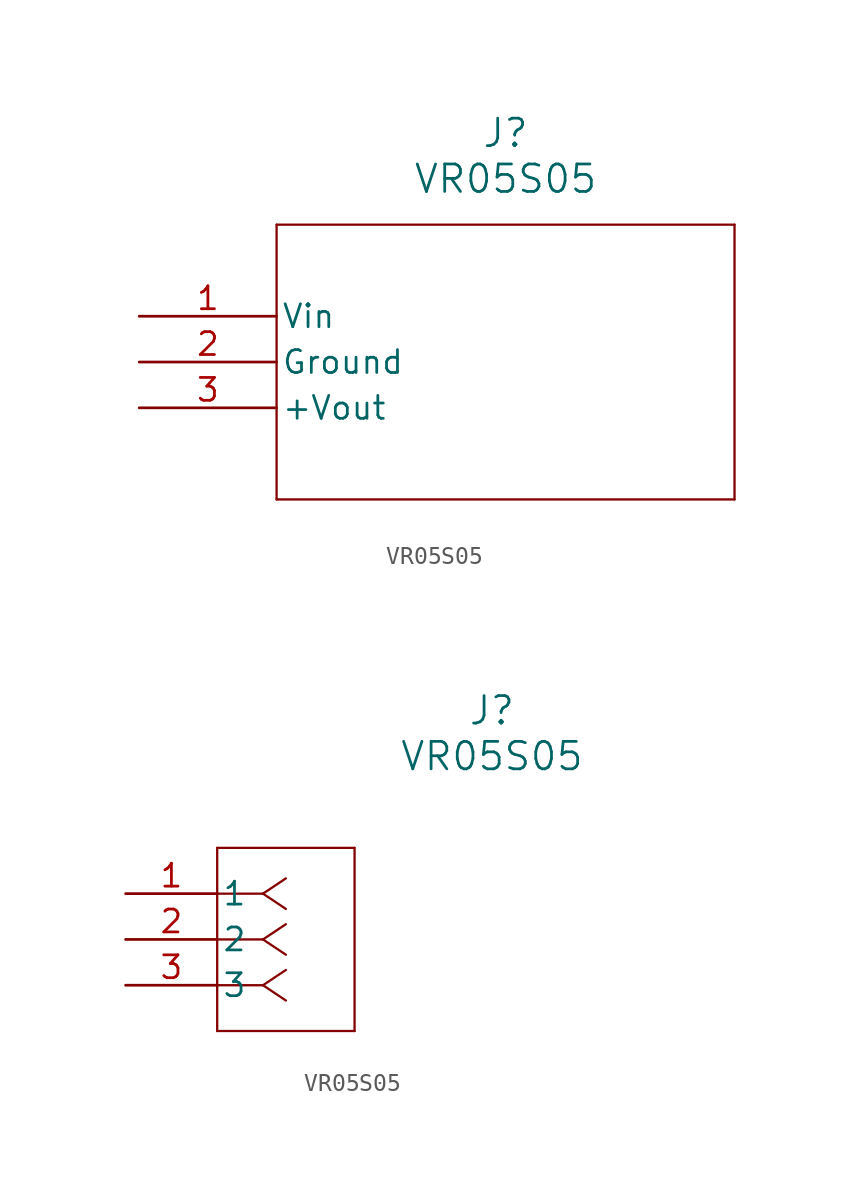
<source format=kicad_sym>
(kicad_symbol_lib
  (version 20211014)
  (generator kicad_symbol_editor)
  (symbol "VR05S05"
    (pin_names
      (offset 0.254))
    (property "Reference" "J"
      (at 20.32 10.16 0)
      (effects (font (size 1.524 1.524))))
    (property "Value" "VR05S05"
      (at 20.32 7.62 0)
      (effects (font (size 1.524 1.524))))
    (symbol "VR05S05_1_1"
      (polyline (pts (xy 7.62 5.08) (xy 7.62 -10.16)) (stroke (width 0.127) (type default) (color 0 0 0 0)) (fill (type none)))
      (polyline (pts (xy 7.62 -10.16) (xy 33.02 -10.16)) (stroke (width 0.127) (type default) (color 0 0 0 0)) (fill (type none)))
      (polyline (pts (xy 33.02 -10.16) (xy 33.02 5.08)) (stroke (width 0.127) (type default) (color 0 0 0 0)) (fill (type none)))
      (polyline (pts (xy 33.02 5.08) (xy 7.62 5.08)) (stroke (width 0.127) (type default) (color 0 0 0 0)) (fill (type none)))
      (pin unspecified line (at 0 0 0) (length 7.62) (name "Vin" (effects (font (size 1.27 1.27)))) (number "1" (effects (font (size 1.27 1.27)))))
      (pin power_out line (at 0 -2.54 0) (length 7.62) (name "Ground" (effects (font (size 1.27 1.27)))) (number "2" (effects (font (size 1.27 1.27)))))
      (pin power_in line (at 0 -5.08 0) (length 7.62) (name "+Vout" (effects (font (size 1.27 1.27)))) (number "3" (effects (font (size 1.27 1.27))))))
    (symbol "VR05S05_1_2"
      (polyline (pts (xy 7.62 0) (xy 5.08 0)) (stroke (width 0.127) (type default) (color 0 0 0 0)) (fill (type none)))
      (polyline (pts (xy 7.62 -2.54) (xy 5.08 -2.54)) (stroke (width 0.127) (type default) (color 0 0 0 0)) (fill (type none)))
      (polyline (pts (xy 7.62 -5.08) (xy 5.08 -5.08)) (stroke (width 0.127) (type default) (color 0 0 0 0)) (fill (type none)))
      (polyline (pts (xy 7.62 0) (xy 8.89 0.847)) (stroke (width 0.127) (type default) (color 0 0 0 0)) (fill (type none)))
      (polyline (pts (xy 7.62 -2.54) (xy 8.89 -1.693)) (stroke (width 0.127) (type default) (color 0 0 0 0)) (fill (type none)))
      (polyline (pts (xy 7.62 -5.08) (xy 8.89 -4.233)) (stroke (width 0.127) (type default) (color 0 0 0 0)) (fill (type none)))
      (polyline (pts (xy 7.62 0) (xy 8.89 -0.847)) (stroke (width 0.127) (type default) (color 0 0 0 0)) (fill (type none)))
      (polyline (pts (xy 7.62 -2.54) (xy 8.89 -3.387)) (stroke (width 0.127) (type default) (color 0 0 0 0)) (fill (type none)))
      (polyline (pts (xy 7.62 -5.08) (xy 8.89 -5.927)) (stroke (width 0.127) (type default) (color 0 0 0 0)) (fill (type none)))
      (polyline (pts (xy 5.08 2.54) (xy 5.08 -7.62)) (stroke (width 0.127) (type default) (color 0 0 0 0)) (fill (type none)))
      (polyline (pts (xy 5.08 -7.62) (xy 12.7 -7.62)) (stroke (width 0.127) (type default) (color 0 0 0 0)) (fill (type none)))
      (polyline (pts (xy 12.7 -7.62) (xy 12.7 2.54)) (stroke (width 0.127) (type default) (color 0 0 0 0)) (fill (type none)))
      (polyline (pts (xy 12.7 2.54) (xy 5.08 2.54)) (stroke (width 0.127) (type default) (color 0 0 0 0)) (fill (type none)))
      (pin unspecified line (at 0 0 0) (length 5.08) (name "1" (effects (font (size 1.27 1.27)))) (number "1" (effects (font (size 1.27 1.27)))))
      (pin power_out line (at 0 -2.54 0) (length 5.08) (name "2" (effects (font (size 1.27 1.27)))) (number "2" (effects (font (size 1.27 1.27)))))
      (pin power_in line (at 0 -5.08 0) (length 5.08) (name "3" (effects (font (size 1.27 1.27)))) (number "3" (effects (font (size 1.27 1.27))))))))
</source>
